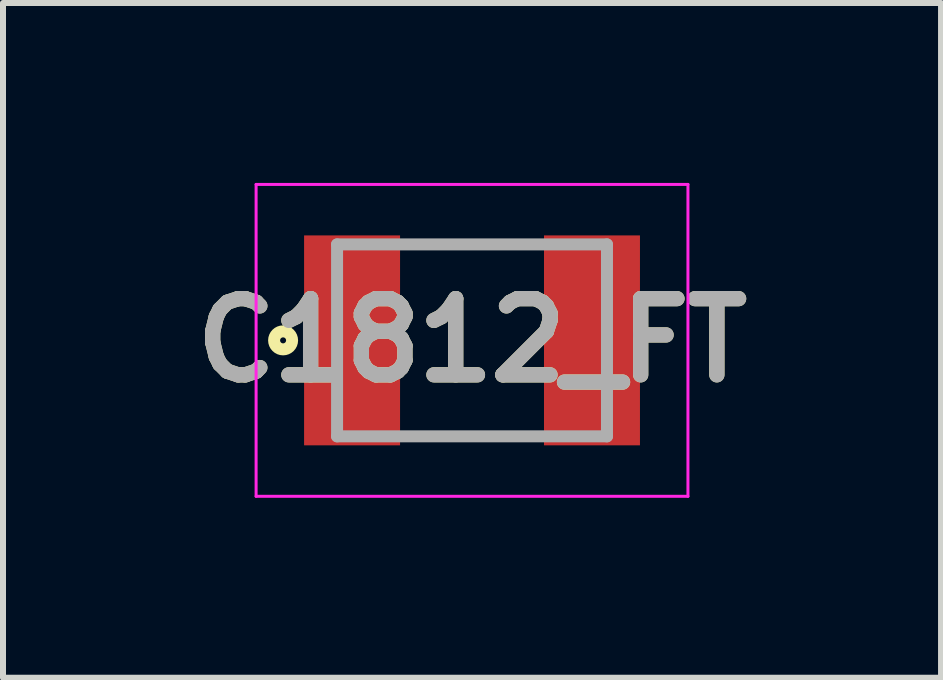
<source format=kicad_pcb>
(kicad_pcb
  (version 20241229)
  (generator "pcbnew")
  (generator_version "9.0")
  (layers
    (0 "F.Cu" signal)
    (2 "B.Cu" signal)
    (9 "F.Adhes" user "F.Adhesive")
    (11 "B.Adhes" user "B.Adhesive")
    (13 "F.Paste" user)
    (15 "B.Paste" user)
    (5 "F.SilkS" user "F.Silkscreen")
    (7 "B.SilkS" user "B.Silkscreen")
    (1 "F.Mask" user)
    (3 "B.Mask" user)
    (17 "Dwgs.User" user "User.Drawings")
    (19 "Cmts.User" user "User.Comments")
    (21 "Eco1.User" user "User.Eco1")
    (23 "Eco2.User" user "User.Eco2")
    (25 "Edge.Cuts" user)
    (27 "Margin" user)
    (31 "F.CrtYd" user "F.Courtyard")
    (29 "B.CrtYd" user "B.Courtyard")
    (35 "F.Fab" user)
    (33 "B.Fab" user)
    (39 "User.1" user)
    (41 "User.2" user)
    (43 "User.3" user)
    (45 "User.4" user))
  (footprint "C1812_FT"
    (layer "F.Cu")
    (at 4.82 2.625)
    (property "Reference" "C1812_FT" (at 0 0 0) (layer "F.SilkS") (effects (font (size 1.27 1.27) (thickness 0.254))))
    (attr smd)
    (fp_circle (center -3.15 0) (end -3.15 0.05) (stroke (width 0.2) (type solid)) (fill no) (layer "F.SilkS"))
    (fp_line (start -3.6 -2.6) (end 3.6 -2.6) (stroke (width 0.05) (type solid)) (layer "F.CrtYd"))
    (fp_line (start -3.6 2.6) (end -3.6 -2.6) (stroke (width 0.05) (type solid)) (layer "F.CrtYd"))
    (fp_line (start 3.6 -2.6) (end 3.6 2.6) (stroke (width 0.05) (type solid)) (layer "F.CrtYd"))
    (fp_line (start 3.6 2.6) (end -3.6 2.6) (stroke (width 0.05) (type solid)) (layer "F.CrtYd"))
    (fp_line (start -2.25 -1.6) (end 2.25 -1.6) (stroke (width 0.2) (type solid)) (layer "F.Fab"))
    (fp_line (start -2.25 1.6) (end -2.25 -1.6) (stroke (width 0.2) (type solid)) (layer "F.Fab"))
    (fp_line (start 2.25 -1.6) (end 2.25 1.6) (stroke (width 0.2) (type solid)) (layer "F.Fab"))
    (fp_line (start 2.25 1.6) (end -2.25 1.6) (stroke (width 0.2) (type solid)) (layer "F.Fab"))
    (fp_text user "${REFERENCE}" (at 0 0 0) (layer "F.Fab") (effects (font (size 1.27 1.27) (thickness 0.254))))
    (pad "1" smd rect (at -2 0) (size 1.6 3.5) (layers "F.Cu" "F.Mask" "F.Paste"))
    (pad "2" smd rect (at 2 0) (size 1.6 3.5) (layers "F.Cu" "F.Mask" "F.Paste")))
  (gr_rect
    (start -3 -3)
    (end 12.64 8.25)
    (stroke (width 0.1) (type default))
    (fill no)
    (layer "Edge.Cuts")))
</source>
